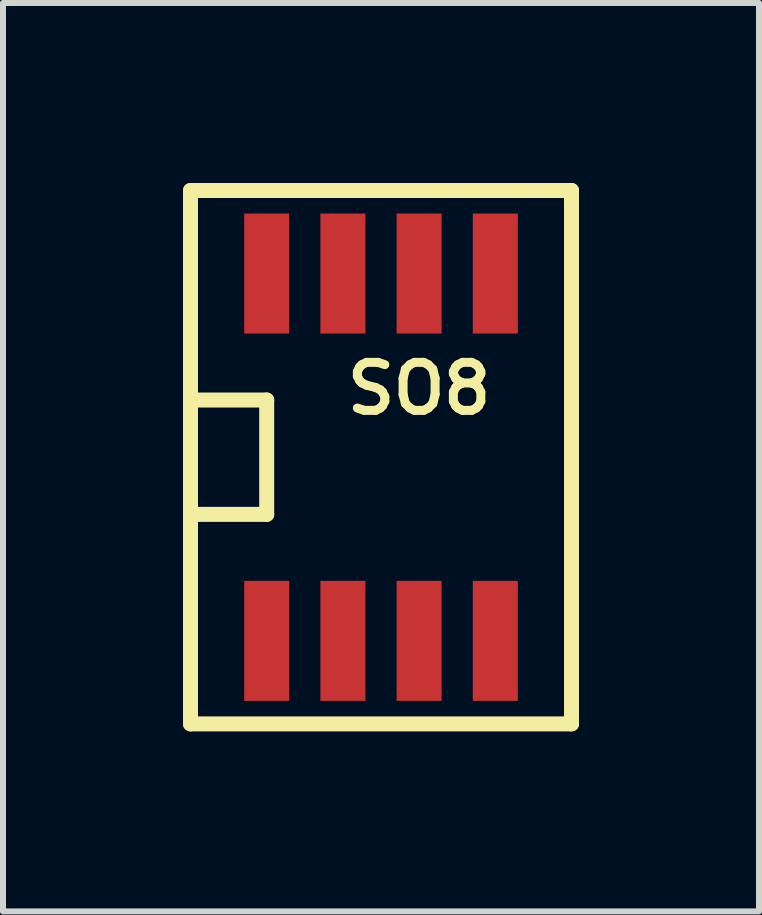
<source format=kicad_pcb>
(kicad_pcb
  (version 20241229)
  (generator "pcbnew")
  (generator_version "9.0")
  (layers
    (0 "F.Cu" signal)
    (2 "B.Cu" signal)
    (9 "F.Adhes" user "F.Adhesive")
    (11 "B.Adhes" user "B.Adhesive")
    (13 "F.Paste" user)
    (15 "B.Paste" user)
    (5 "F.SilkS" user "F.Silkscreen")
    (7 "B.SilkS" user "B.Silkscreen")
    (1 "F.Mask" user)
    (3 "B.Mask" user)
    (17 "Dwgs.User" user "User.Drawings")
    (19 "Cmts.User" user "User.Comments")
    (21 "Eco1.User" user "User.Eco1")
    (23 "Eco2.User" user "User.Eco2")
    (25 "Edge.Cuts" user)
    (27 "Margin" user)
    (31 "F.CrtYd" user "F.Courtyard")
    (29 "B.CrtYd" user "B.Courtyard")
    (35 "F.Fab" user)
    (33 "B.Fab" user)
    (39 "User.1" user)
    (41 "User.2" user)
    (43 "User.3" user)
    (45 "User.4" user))
  (footprint "SO8"
    (layer "F.Cu")
    (at 3.3 4.57)
    (property "Reference" "SO8" (at 0.635 -1.143 0) (layer "F.SilkS") (effects (font (size 0.8 0.8) (thickness 0.15))))
    (attr smd)
    (fp_line (start -3.175 -4.445) (end 3.175 -4.445) (stroke (width 0.25) (type solid)) (layer "F.SilkS"))
    (fp_line (start -3.175 -0.953) (end -3.175 -4.445) (stroke (width 0.25) (type solid)) (layer "F.SilkS"))
    (fp_line (start -3.175 -0.953) (end -1.905 -0.953) (stroke (width 0.25) (type solid)) (layer "F.SilkS"))
    (fp_line (start -3.175 0.953) (end -3.175 -0.953) (stroke (width 0.25) (type solid)) (layer "F.SilkS"))
    (fp_line (start -3.175 4.445) (end -3.175 0.953) (stroke (width 0.25) (type solid)) (layer "F.SilkS"))
    (fp_line (start -1.905 -0.953) (end -1.905 0.953) (stroke (width 0.25) (type solid)) (layer "F.SilkS"))
    (fp_line (start -1.905 0.953) (end -3.175 0.953) (stroke (width 0.25) (type solid)) (layer "F.SilkS"))
    (fp_line (start 3.175 -4.445) (end 3.175 4.445) (stroke (width 0.25) (type solid)) (layer "F.SilkS"))
    (fp_line (start 3.175 4.445) (end -3.175 4.445) (stroke (width 0.25) (type solid)) (layer "F.SilkS"))
    (pad "1" smd rect (at -1.905 3.061) (size 0.75 2) (layers "F.Cu" "F.Mask" "F.Paste"))
    (pad "2" smd rect (at -0.635 3.061) (size 0.75 2) (layers "F.Cu" "F.Mask" "F.Paste"))
    (pad "3" smd rect (at 0.635 3.061) (size 0.75 2) (layers "F.Cu" "F.Mask" "F.Paste"))
    (pad "4" smd rect (at 1.905 3.061) (size 0.75 2) (layers "F.Cu" "F.Mask" "F.Paste"))
    (pad "5" smd rect (at 1.905 -3.061) (size 0.75 2) (layers "F.Cu" "F.Mask" "F.Paste"))
    (pad "6" smd rect (at 0.635 -3.061) (size 0.75 2) (layers "F.Cu" "F.Mask" "F.Paste"))
    (pad "7" smd rect (at -0.635 -3.061) (size 0.75 2) (layers "F.Cu" "F.Mask" "F.Paste"))
    (pad "8" smd rect (at -1.905 -3.061) (size 0.75 2) (layers "F.Cu" "F.Mask" "F.Paste")))
  (gr_rect
    (start -3 -3)
    (end 9.6 12.14)
    (stroke (width 0.1) (type default))
    (fill no)
    (layer "Edge.Cuts")))
</source>
